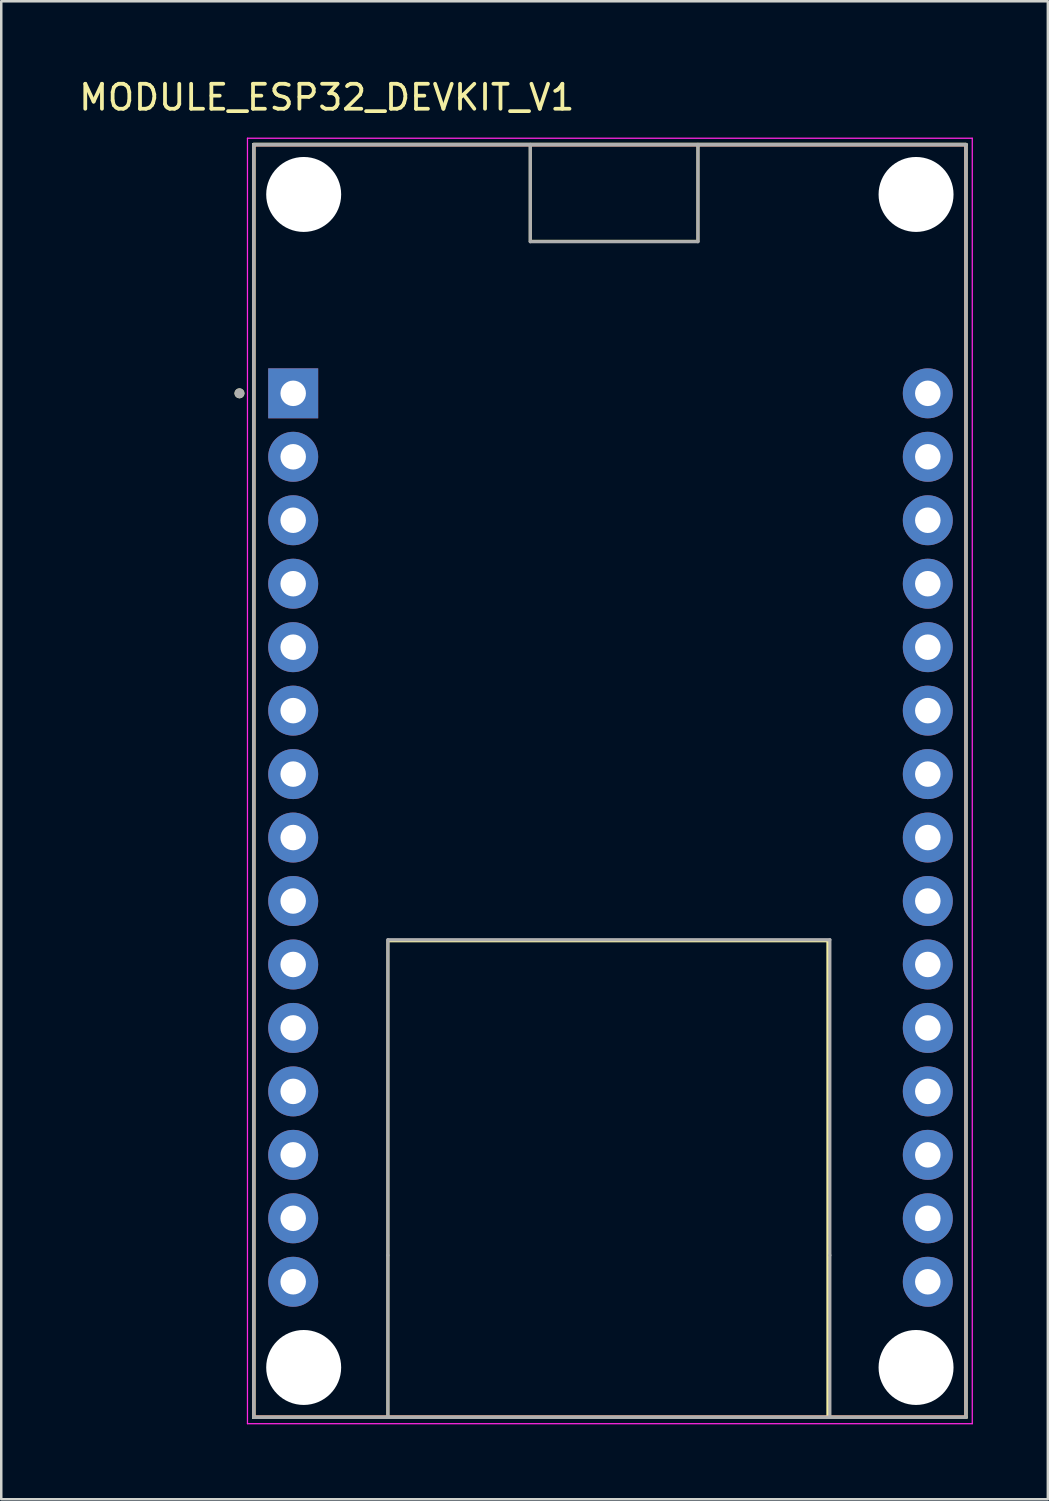
<source format=kicad_pcb>
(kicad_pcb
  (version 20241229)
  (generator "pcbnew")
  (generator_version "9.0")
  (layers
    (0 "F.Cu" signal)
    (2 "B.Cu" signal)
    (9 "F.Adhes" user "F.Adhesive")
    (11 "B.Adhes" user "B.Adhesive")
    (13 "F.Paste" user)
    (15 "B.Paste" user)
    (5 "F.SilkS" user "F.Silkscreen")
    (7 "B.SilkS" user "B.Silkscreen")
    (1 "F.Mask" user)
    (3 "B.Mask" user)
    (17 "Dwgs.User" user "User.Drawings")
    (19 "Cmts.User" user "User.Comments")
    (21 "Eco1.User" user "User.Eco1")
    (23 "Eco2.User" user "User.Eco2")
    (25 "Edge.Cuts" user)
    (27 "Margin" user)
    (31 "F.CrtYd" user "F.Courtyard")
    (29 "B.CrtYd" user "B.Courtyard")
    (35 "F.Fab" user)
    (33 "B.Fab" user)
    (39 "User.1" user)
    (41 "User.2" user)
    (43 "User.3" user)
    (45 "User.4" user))
  (footprint "MODULE_ESP32_DEVKIT_V1"
    (layer "F.Cu")
    (at 21.385 28.208)
    (property "Reference" "MODULE_ESP32_DEVKIT_V1" (at -11.355 -27.36 0) (layer "F.SilkS") (effects (font (size 1 1) (thickness 0.15))))
    (attr through_hole)
    (fp_line (start -14.28 -25.475) (end -3.211 -25.475) (stroke (width 0.127) (type solid)) (layer "F.SilkS"))
    (fp_line (start -14.28 -25.475) (end 14.23 -25.475) (stroke (width 0.127) (type solid)) (layer "F.SilkS"))
    (fp_line (start -14.28 25.475) (end -14.28 -25.475) (stroke (width 0.127) (type solid)) (layer "F.SilkS"))
    (fp_line (start -14.28 25.475) (end -14.28 -25.475) (stroke (width 0.127) (type solid)) (layer "F.SilkS"))
    (fp_line (start -14.28 25.475) (end -8.91 25.475) (stroke (width 0.127) (type solid)) (layer "F.SilkS"))
    (fp_line (start -8.91 25.475) (end 8.78 25.475) (stroke (width 0.127) (type solid)) (layer "F.SilkS"))
    (fp_line (start -3.211 -25.475) (end 3.5 -25.475) (stroke (width 0.127) (type solid)) (layer "F.SilkS"))
    (fp_line (start 3.5 -25.475) (end 14.23 -25.475) (stroke (width 0.127) (type solid)) (layer "F.SilkS"))
    (fp_line (start 8.78 25.475) (end 14.23 25.475) (stroke (width 0.127) (type solid)) (layer "F.SilkS"))
    (fp_line (start 14.23 -25.475) (end 14.23 25.475) (stroke (width 0.127) (type solid)) (layer "F.SilkS"))
    (fp_line (start 14.23 25.475) (end -14.28 25.475) (stroke (width 0.127) (type solid)) (layer "F.SilkS"))
    (fp_rect (start -8.91 25.475) (end 8.7 6.4) (stroke (width 0.12) (type solid)) (fill no) (layer "F.SilkS"))
    (fp_rect (start -3.211 -25.475) (end 3.5 -21.6) (stroke (width 0.12) (type solid)) (fill no) (layer "F.SilkS"))
    (fp_circle (center -14.85 -15.515) (end -14.75 -15.515) (stroke (width 0.2) (type solid)) (fill no) (layer "F.SilkS"))
    (fp_rect (start 14.224 -25.451) (end -14.275 25.451) (stroke (width 0.12) (type solid)) (fill no) (layer "B.SilkS"))
    (fp_line (start -14.53 -25.725) (end -14.53 25.725) (stroke (width 0.05) (type solid)) (layer "F.CrtYd"))
    (fp_line (start -14.53 25.725) (end 14.48 25.725) (stroke (width 0.05) (type solid)) (layer "F.CrtYd"))
    (fp_line (start 14.48 -25.725) (end -14.53 -25.725) (stroke (width 0.05) (type solid)) (layer "F.CrtYd"))
    (fp_line (start 14.48 25.725) (end 14.48 -25.725) (stroke (width 0.05) (type solid)) (layer "F.CrtYd"))
    (fp_line (start -14.28 -25.475) (end -3.211 -25.475) (stroke (width 0.127) (type solid)) (layer "F.Fab"))
    (fp_line (start -14.28 25.475) (end -14.28 -25.475) (stroke (width 0.127) (type solid)) (layer "F.Fab"))
    (fp_line (start -14.28 25.475) (end -8.91 25.475) (stroke (width 0.127) (type solid)) (layer "F.Fab"))
    (fp_line (start -8.91 6.355) (end 8.78 6.355) (stroke (width 0.127) (type solid)) (layer "F.Fab"))
    (fp_line (start -8.91 18.985) (end -8.91 6.355) (stroke (width 0.127) (type solid)) (layer "F.Fab"))
    (fp_line (start -8.91 25.475) (end -8.91 18.985) (stroke (width 0.127) (type solid)) (layer "F.Fab"))
    (fp_line (start -8.91 25.475) (end 8.78 25.475) (stroke (width 0.127) (type solid)) (layer "F.Fab"))
    (fp_line (start -3.211 -25.475) (end 3.5 -25.475) (stroke (width 0.127) (type solid)) (layer "F.Fab"))
    (fp_line (start -3.211 -21.585) (end -3.211 -25.475) (stroke (width 0.127) (type solid)) (layer "F.Fab"))
    (fp_line (start 3.5 -25.475) (end 3.5 -21.585) (stroke (width 0.127) (type solid)) (layer "F.Fab"))
    (fp_line (start 3.5 -25.475) (end 14.23 -25.475) (stroke (width 0.127) (type solid)) (layer "F.Fab"))
    (fp_line (start 3.5 -21.585) (end -3.211 -21.585) (stroke (width 0.127) (type solid)) (layer "F.Fab"))
    (fp_line (start 8.78 6.355) (end 8.78 18.985) (stroke (width 0.127) (type solid)) (layer "F.Fab"))
    (fp_line (start 8.78 18.985) (end 8.78 25.475) (stroke (width 0.127) (type solid)) (layer "F.Fab"))
    (fp_line (start 8.78 25.475) (end 14.23 25.475) (stroke (width 0.127) (type solid)) (layer "F.Fab"))
    (fp_line (start 14.23 -25.475) (end 14.23 25.475) (stroke (width 0.127) (type solid)) (layer "F.Fab"))
    (fp_circle (center -14.85 -15.515) (end -14.75 -15.515) (stroke (width 0.2) (type solid)) (fill no) (layer "F.Fab"))
    (pad "" np_thru_hole circle (at -12.28 -23.475) (size 3 3) (drill 3) (layers "*.Cu" "*.Mask"))
    (pad "" np_thru_hole circle (at -12.28 23.475) (size 3 3) (drill 3) (layers "*.Cu" "*.Mask"))
    (pad "" np_thru_hole circle (at 12.23 -23.475) (size 3 3) (drill 3) (layers "*.Cu" "*.Mask"))
    (pad "" np_thru_hole circle (at 12.23 23.475) (size 3 3) (drill 3) (layers "*.Cu" "*.Mask"))
    (pad "1" thru_hole rect (at -12.7 -15.515) (size 2 2) (drill 1.02) (layers "*.Cu" "*.Mask"))
    (pad "2" thru_hole circle (at -12.7 -12.975) (size 2 2) (drill 1.02) (layers "*.Cu" "*.Mask"))
    (pad "3" thru_hole circle (at -12.7 -10.435) (size 2 2) (drill 1.02) (layers "*.Cu" "*.Mask"))
    (pad "4" thru_hole circle (at -12.7 -7.895) (size 2 2) (drill 1.02) (layers "*.Cu" "*.Mask"))
    (pad "5" thru_hole circle (at -12.7 -5.355) (size 2 2) (drill 1.02) (layers "*.Cu" "*.Mask"))
    (pad "6" thru_hole circle (at -12.7 -2.815) (size 2 2) (drill 1.02) (layers "*.Cu" "*.Mask"))
    (pad "7" thru_hole circle (at -12.7 -0.275) (size 2 2) (drill 1.02) (layers "*.Cu" "*.Mask"))
    (pad "8" thru_hole circle (at -12.7 2.265) (size 2 2) (drill 1.02) (layers "*.Cu" "*.Mask"))
    (pad "9" thru_hole circle (at -12.7 4.805) (size 2 2) (drill 1.02) (layers "*.Cu" "*.Mask"))
    (pad "10" thru_hole circle (at -12.7 7.345) (size 2 2) (drill 1.02) (layers "*.Cu" "*.Mask"))
    (pad "11" thru_hole circle (at -12.7 9.885) (size 2 2) (drill 1.02) (layers "*.Cu" "*.Mask"))
    (pad "12" thru_hole circle (at -12.7 12.425) (size 2 2) (drill 1.02) (layers "*.Cu" "*.Mask"))
    (pad "13" thru_hole circle (at -12.7 14.965) (size 2 2) (drill 1.02) (layers "*.Cu" "*.Mask"))
    (pad "14" thru_hole circle (at -12.7 17.505) (size 2 2) (drill 1.02) (layers "*.Cu" "*.Mask"))
    (pad "15" thru_hole circle (at -12.7 20.045) (size 2 2) (drill 1.02) (layers "*.Cu" "*.Mask"))
    (pad "16" thru_hole circle (at 12.7 20.045) (size 2 2) (drill 1.02) (layers "*.Cu" "*.Mask"))
    (pad "17" thru_hole circle (at 12.7 17.505) (size 2 2) (drill 1.02) (layers "*.Cu" "*.Mask"))
    (pad "18" thru_hole circle (at 12.7 14.965) (size 2 2) (drill 1.02) (layers "*.Cu" "*.Mask"))
    (pad "19" thru_hole circle (at 12.7 12.425) (size 2 2) (drill 1.02) (layers "*.Cu" "*.Mask"))
    (pad "20" thru_hole circle (at 12.7 9.885) (size 2 2) (drill 1.02) (layers "*.Cu" "*.Mask"))
    (pad "21" thru_hole circle (at 12.7 7.345) (size 2 2) (drill 1.02) (layers "*.Cu" "*.Mask"))
    (pad "22" thru_hole circle (at 12.7 4.805) (size 2 2) (drill 1.02) (layers "*.Cu" "*.Mask"))
    (pad "23" thru_hole circle (at 12.7 2.265) (size 2 2) (drill 1.02) (layers "*.Cu" "*.Mask"))
    (pad "24" thru_hole circle (at 12.7 -0.275) (size 2 2) (drill 1.02) (layers "*.Cu" "*.Mask"))
    (pad "25" thru_hole circle (at 12.7 -2.815) (size 2 2) (drill 1.02) (layers "*.Cu" "*.Mask"))
    (pad "26" thru_hole circle (at 12.7 -5.355) (size 2 2) (drill 1.02) (layers "*.Cu" "*.Mask"))
    (pad "27" thru_hole circle (at 12.7 -7.895) (size 2 2) (drill 1.02) (layers "*.Cu" "*.Mask"))
    (pad "28" thru_hole circle (at 12.7 -10.435) (size 2 2) (drill 1.02) (layers "*.Cu" "*.Mask"))
    (pad "29" thru_hole circle (at 12.7 -12.975) (size 2 2) (drill 1.02) (layers "*.Cu" "*.Mask"))
    (pad "30" thru_hole circle (at 12.7 -15.515) (size 2 2) (drill 1.02) (layers "*.Cu" "*.Mask")))
  (gr_rect
    (start -3 -3)
    (end 38.89 56.958)
    (stroke (width 0.1) (type default))
    (fill no)
    (layer "Edge.Cuts")))
</source>
